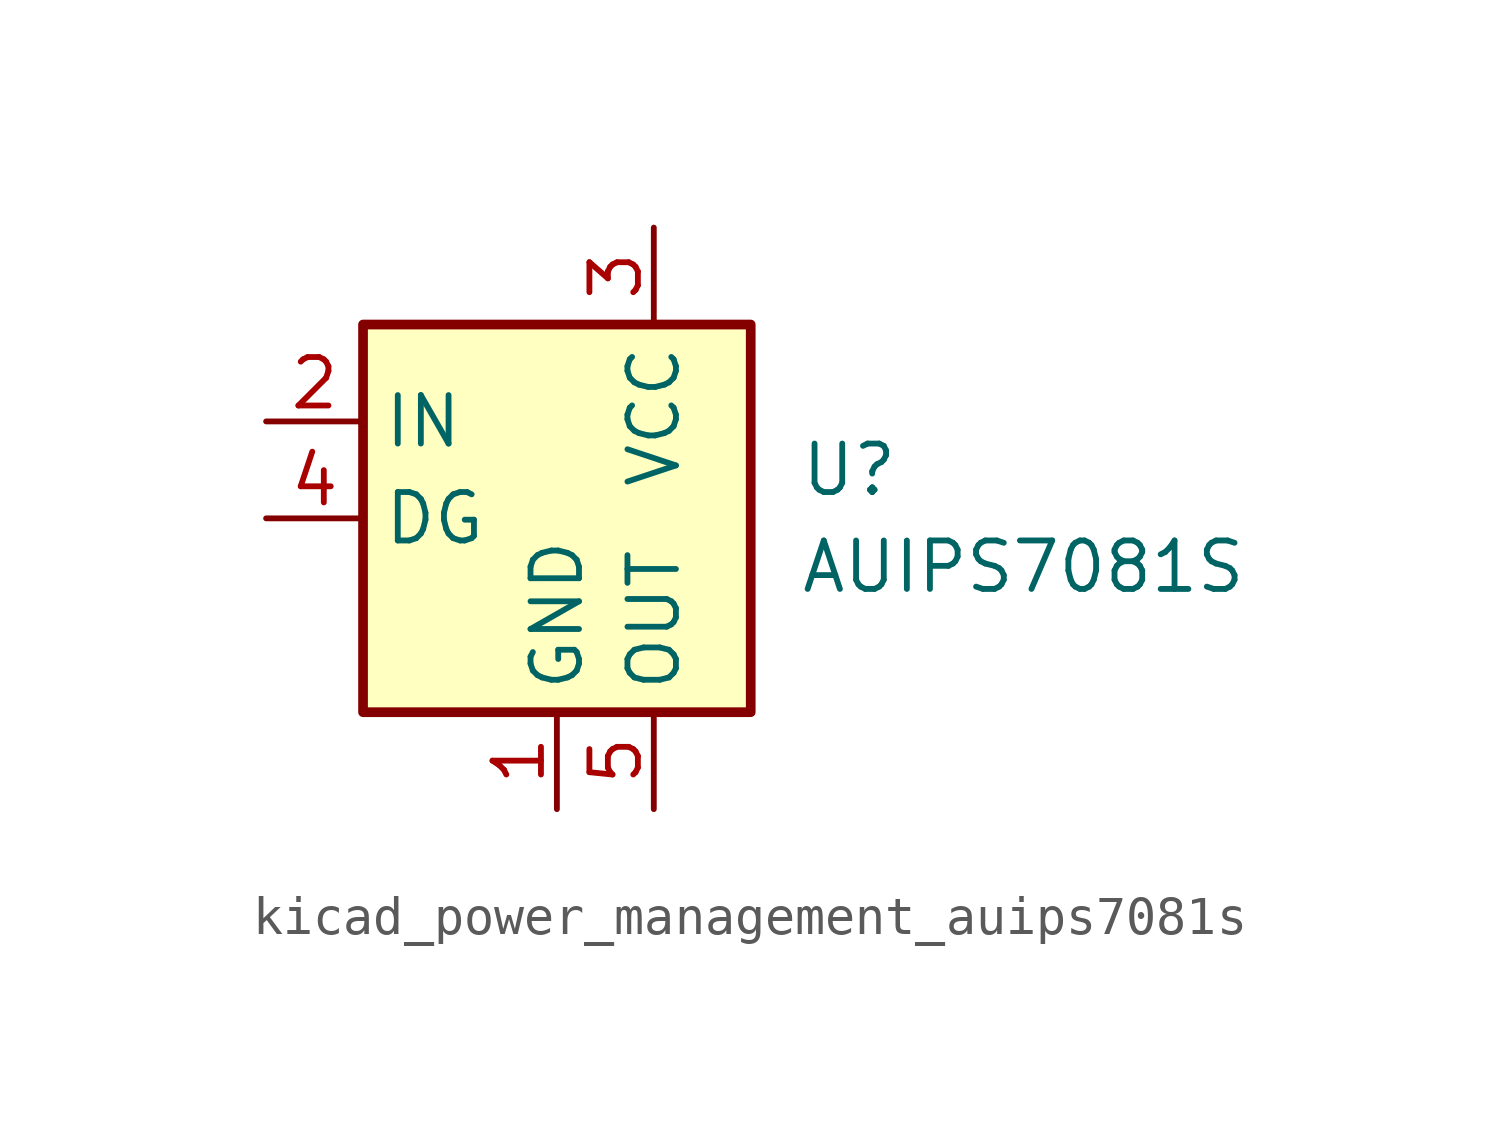
<source format=kicad_sym>
(kicad_symbol_lib
  (version 20220914)
  (generator kicad_symbol_editor)
  (symbol "kicad_power_management_auips7081s"
    (property "Reference" "U"
      (at 3.81 1.27 0)
      (effects (font (size 1.27 1.27)) (justify left)))
    (property "Value" "AUIPS7081S"
      (at 3.81 -1.27 0)
      (effects (font (size 1.27 1.27)) (justify left)))
    (symbol "kicad_power_management_auips7081s_0_1"
      (rectangle (start -7.62 5.08) (end 2.54 -5.08) (stroke (width 0.254) (type default)) (fill (type background))))
    (symbol "kicad_power_management_auips7081s_1_1"
      (pin power_in line (at -2.54 -7.62 90) (length 2.54) (name "GND" (effects (font (size 1.27 1.27)))) (number "1" (effects (font (size 1.27 1.27)))))
      (pin input line (at -10.16 2.54 0) (length 2.54) (name "IN" (effects (font (size 1.27 1.27)))) (number "2" (effects (font (size 1.27 1.27)))))
      (pin power_in line (at 0 7.62 270) (length 2.54) (name "VCC" (effects (font (size 1.27 1.27)))) (number "3" (effects (font (size 1.27 1.27)))))
      (pin open_collector line (at -10.16 0 0) (length 2.54) (name "DG" (effects (font (size 1.27 1.27)))) (number "4" (effects (font (size 1.27 1.27)))))
      (pin power_out line (at 0 -7.62 90) (length 2.54) (name "OUT" (effects (font (size 1.27 1.27)))) (number "5" (effects (font (size 1.27 1.27))))))))
</source>
